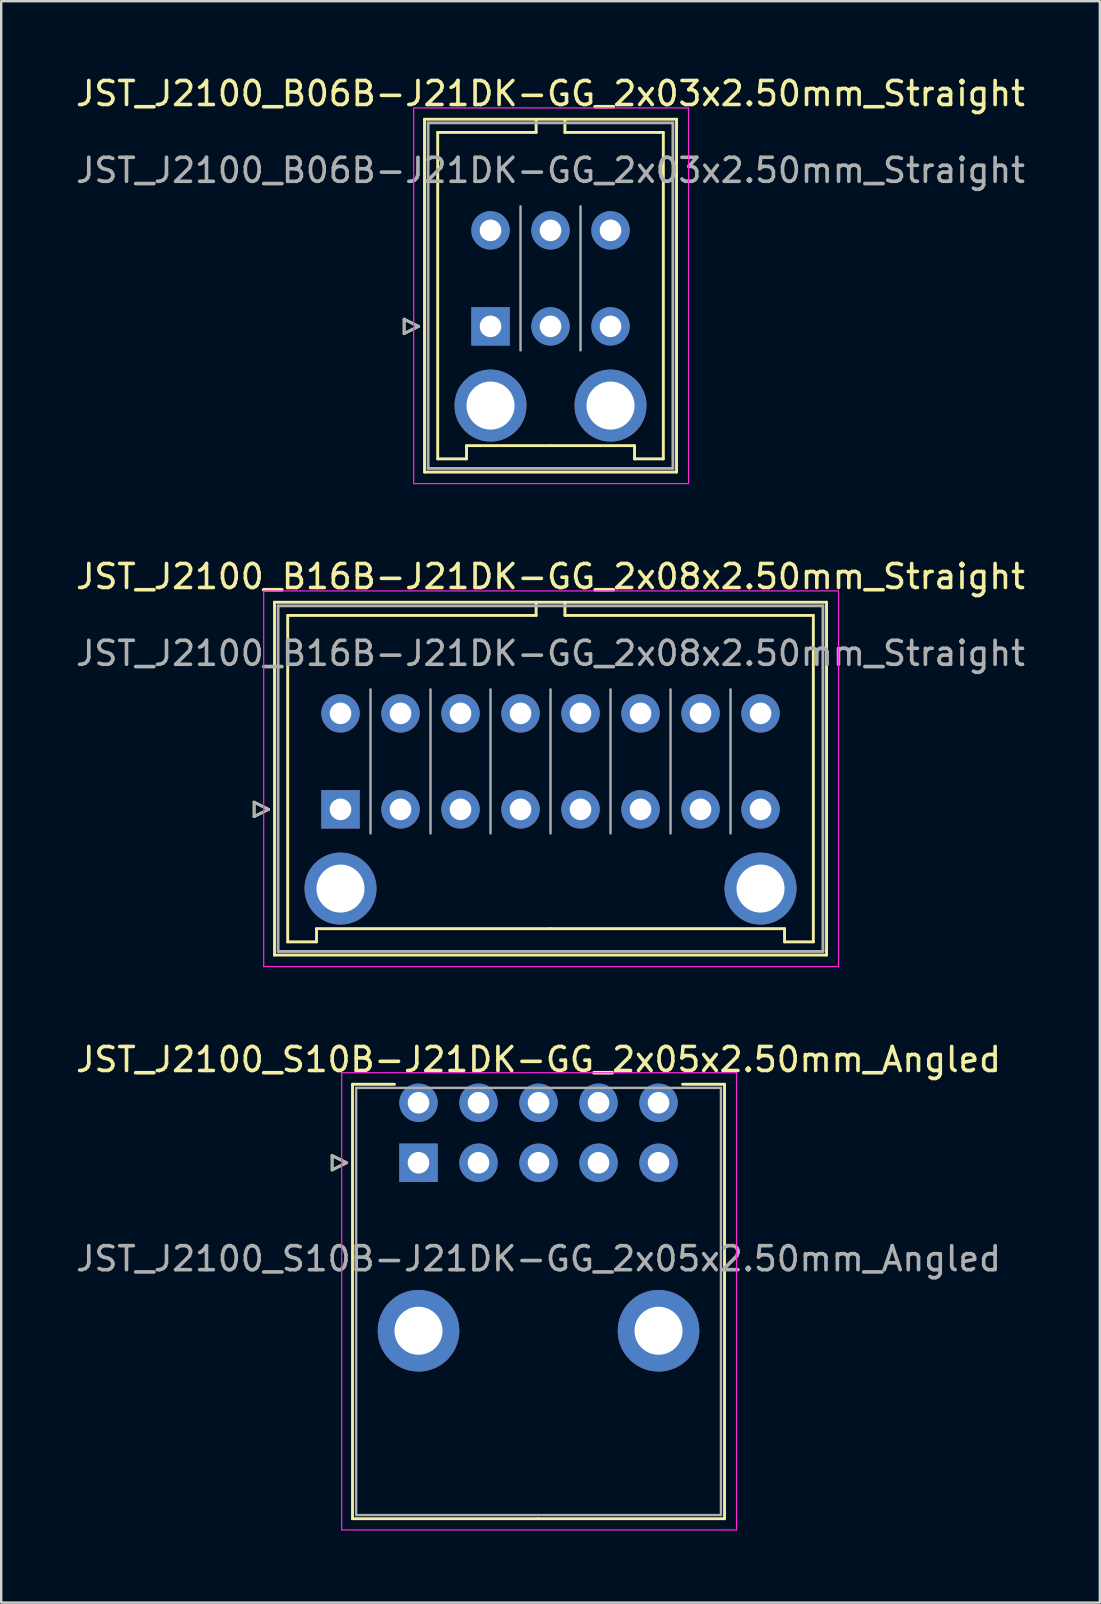
<source format=kicad_pcb>
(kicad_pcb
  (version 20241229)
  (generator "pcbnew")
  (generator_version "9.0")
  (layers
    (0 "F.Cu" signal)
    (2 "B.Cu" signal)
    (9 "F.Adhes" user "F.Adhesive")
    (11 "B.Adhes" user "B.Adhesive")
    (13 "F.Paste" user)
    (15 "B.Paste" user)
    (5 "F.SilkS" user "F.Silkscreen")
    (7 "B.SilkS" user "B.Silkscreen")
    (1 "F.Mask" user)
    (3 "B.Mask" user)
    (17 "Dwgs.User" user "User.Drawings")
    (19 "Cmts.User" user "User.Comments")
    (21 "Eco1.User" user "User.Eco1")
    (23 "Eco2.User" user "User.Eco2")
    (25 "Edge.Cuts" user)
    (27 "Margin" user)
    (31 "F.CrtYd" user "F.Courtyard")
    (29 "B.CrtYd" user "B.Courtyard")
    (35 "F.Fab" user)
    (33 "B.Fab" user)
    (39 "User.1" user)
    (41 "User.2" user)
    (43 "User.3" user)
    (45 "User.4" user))
  (footprint "JST_J2100_S10B-J21DK-GG_2x05x2.50mm_Angled"
    (layer "F.Cu")
    (at 14.387 45.395)
    (property "Reference" "JST_J2100_S10B-J21DK-GG_2x05x2.50mm_Angled" (at 5 -4.3 0) (layer "F.SilkS") (effects (font (size 1 1) (thickness 0.15))))
    (attr through_hole)
    (fp_line (start -3.6 -0.3) (end -3 0) (stroke (width 0.12) (type solid)) (layer "F.SilkS"))
    (fp_line (start -3.6 0.3) (end -3.6 -0.3) (stroke (width 0.12) (type solid)) (layer "F.SilkS"))
    (fp_line (start -3 0) (end -3.6 0.3) (stroke (width 0.12) (type solid)) (layer "F.SilkS"))
    (fp_line (start -2.75 -3.27) (end -2.75 14.83) (stroke (width 0.12) (type solid)) (layer "F.SilkS"))
    (fp_line (start -2.75 14.83) (end 5 14.83) (stroke (width 0.12) (type solid)) (layer "F.SilkS"))
    (fp_line (start -1 -3.27) (end -2.75 -3.27) (stroke (width 0.12) (type solid)) (layer "F.SilkS"))
    (fp_line (start 11 -3.27) (end 12.75 -3.27) (stroke (width 0.12) (type solid)) (layer "F.SilkS"))
    (fp_line (start 12.75 -3.27) (end 12.75 14.83) (stroke (width 0.12) (type solid)) (layer "F.SilkS"))
    (fp_line (start 12.75 14.83) (end 5 14.83) (stroke (width 0.12) (type solid)) (layer "F.SilkS"))
    (fp_line (start -3.2 -3.75) (end -3.2 15.3) (stroke (width 0.05) (type solid)) (layer "F.CrtYd"))
    (fp_line (start -3.2 15.3) (end 13.25 15.3) (stroke (width 0.05) (type solid)) (layer "F.CrtYd"))
    (fp_line (start 13.25 -3.75) (end -3.2 -3.75) (stroke (width 0.05) (type solid)) (layer "F.CrtYd"))
    (fp_line (start 13.25 15.3) (end 13.25 -3.75) (stroke (width 0.05) (type solid)) (layer "F.CrtYd"))
    (fp_line (start -3.6 -0.3) (end -3 0) (stroke (width 0.1) (type solid)) (layer "F.Fab"))
    (fp_line (start -3.6 0.3) (end -3.6 -0.3) (stroke (width 0.1) (type solid)) (layer "F.Fab"))
    (fp_line (start -3 0) (end -3.6 0.3) (stroke (width 0.1) (type solid)) (layer "F.Fab"))
    (fp_line (start -2.6 -3.12) (end -2.6 14.68) (stroke (width 0.1) (type solid)) (layer "F.Fab"))
    (fp_line (start -2.6 14.68) (end 12.6 14.68) (stroke (width 0.1) (type solid)) (layer "F.Fab"))
    (fp_line (start 12.6 -3.12) (end -2.6 -3.12) (stroke (width 0.1) (type solid)) (layer "F.Fab"))
    (fp_line (start 12.6 14.68) (end 12.6 -3.12) (stroke (width 0.1) (type solid)) (layer "F.Fab"))
    (fp_text user "${REFERENCE}" (at 5 4 0) (layer "F.Fab") (effects (font (size 1 1) (thickness 0.15))))
    (pad "" thru_hole circle (at 0 7) (size 3.4 3.4) (drill 2) (layers "*.Cu" "*.Mask"))
    (pad "" thru_hole circle (at 10 7) (size 3.4 3.4) (drill 2) (layers "*.Cu" "*.Mask"))
    (pad "1" thru_hole rect (at 0 0) (size 1.6 1.6) (drill 0.9) (layers "*.Cu" "*.Mask"))
    (pad "2" thru_hole circle (at 0 -2.5) (size 1.6 1.6) (drill 0.9) (layers "*.Cu" "*.Mask"))
    (pad "3" thru_hole circle (at 2.5 0) (size 1.6 1.6) (drill 0.9) (layers "*.Cu" "*.Mask"))
    (pad "4" thru_hole circle (at 2.5 -2.5) (size 1.6 1.6) (drill 0.9) (layers "*.Cu" "*.Mask"))
    (pad "5" thru_hole circle (at 5 0) (size 1.6 1.6) (drill 0.9) (layers "*.Cu" "*.Mask"))
    (pad "6" thru_hole circle (at 5 -2.5) (size 1.6 1.6) (drill 0.9) (layers "*.Cu" "*.Mask"))
    (pad "7" thru_hole circle (at 7.5 0) (size 1.6 1.6) (drill 0.9) (layers "*.Cu" "*.Mask"))
    (pad "8" thru_hole circle (at 7.5 -2.5) (size 1.6 1.6) (drill 0.9) (layers "*.Cu" "*.Mask"))
    (pad "9" thru_hole circle (at 10 0) (size 1.6 1.6) (drill 0.9) (layers "*.Cu" "*.Mask"))
    (pad "10" thru_hole circle (at 10 -2.5) (size 1.6 1.6) (drill 0.9) (layers "*.Cu" "*.Mask")))
  (footprint "JST_J2100_B16B-J21DK-GG_2x08x2.50mm_Straight"
    (layer "F.Cu")
    (at 11.137 30.672)
    (property "Reference" "JST_J2100_B16B-J21DK-GG_2x08x2.50mm_Straight" (at 8.75 -9.7 0) (layer "F.SilkS") (effects (font (size 1 1) (thickness 0.15))))
    (attr through_hole)
    (fp_line (start -3.6 -0.3) (end -3 0) (stroke (width 0.12) (type solid)) (layer "F.SilkS"))
    (fp_line (start -3.6 0.3) (end -3.6 -0.3) (stroke (width 0.12) (type solid)) (layer "F.SilkS"))
    (fp_line (start -3 0) (end -3.6 0.3) (stroke (width 0.12) (type solid)) (layer "F.SilkS"))
    (fp_line (start -2.75 -8.63) (end -2.75 6.07) (stroke (width 0.12) (type solid)) (layer "F.SilkS"))
    (fp_line (start -2.75 6.07) (end 20.25 6.07) (stroke (width 0.12) (type solid)) (layer "F.SilkS"))
    (fp_line (start -2.2 -8.08) (end -2.2 5.52) (stroke (width 0.12) (type solid)) (layer "F.SilkS"))
    (fp_line (start -2.2 5.52) (end -1 5.52) (stroke (width 0.12) (type solid)) (layer "F.SilkS"))
    (fp_line (start -1 4.97) (end 8.75 4.97) (stroke (width 0.12) (type solid)) (layer "F.SilkS"))
    (fp_line (start -1 5.52) (end -1 4.97) (stroke (width 0.12) (type solid)) (layer "F.SilkS"))
    (fp_line (start 8.15 -8.63) (end 8.15 -8.08) (stroke (width 0.12) (type solid)) (layer "F.SilkS"))
    (fp_line (start 8.15 -8.08) (end -2.2 -8.08) (stroke (width 0.12) (type solid)) (layer "F.SilkS"))
    (fp_line (start 9.35 -8.63) (end 9.35 -8.08) (stroke (width 0.12) (type solid)) (layer "F.SilkS"))
    (fp_line (start 9.35 -8.08) (end 19.7 -8.08) (stroke (width 0.12) (type solid)) (layer "F.SilkS"))
    (fp_line (start 18.5 4.97) (end 8.75 4.97) (stroke (width 0.12) (type solid)) (layer "F.SilkS"))
    (fp_line (start 18.5 5.52) (end 18.5 4.97) (stroke (width 0.12) (type solid)) (layer "F.SilkS"))
    (fp_line (start 19.7 -8.08) (end 19.7 5.52) (stroke (width 0.12) (type solid)) (layer "F.SilkS"))
    (fp_line (start 19.7 5.52) (end 18.5 5.52) (stroke (width 0.12) (type solid)) (layer "F.SilkS"))
    (fp_line (start 20.25 -8.63) (end -2.75 -8.63) (stroke (width 0.12) (type solid)) (layer "F.SilkS"))
    (fp_line (start 20.25 6.07) (end 20.25 -8.63) (stroke (width 0.12) (type solid)) (layer "F.SilkS"))
    (fp_line (start -3.2 -9.1) (end -3.2 6.55) (stroke (width 0.05) (type solid)) (layer "F.CrtYd"))
    (fp_line (start -3.2 6.55) (end 20.75 6.55) (stroke (width 0.05) (type solid)) (layer "F.CrtYd"))
    (fp_line (start 20.75 -9.1) (end -3.2 -9.1) (stroke (width 0.05) (type solid)) (layer "F.CrtYd"))
    (fp_line (start 20.75 6.55) (end 20.75 -9.1) (stroke (width 0.05) (type solid)) (layer "F.CrtYd"))
    (fp_line (start -3.6 -0.3) (end -3 0) (stroke (width 0.1) (type solid)) (layer "F.Fab"))
    (fp_line (start -3.6 0.3) (end -3.6 -0.3) (stroke (width 0.1) (type solid)) (layer "F.Fab"))
    (fp_line (start -3 0) (end -3.6 0.3) (stroke (width 0.1) (type solid)) (layer "F.Fab"))
    (fp_line (start -2.6 -8.48) (end -2.6 5.92) (stroke (width 0.12) (type solid)) (layer "F.Fab"))
    (fp_line (start -2.6 5.92) (end 20.1 5.92) (stroke (width 0.12) (type solid)) (layer "F.Fab"))
    (fp_line (start 1.25 1) (end 1.25 -5) (stroke (width 0.1) (type solid)) (layer "F.Fab"))
    (fp_line (start 3.75 1) (end 3.75 -5) (stroke (width 0.1) (type solid)) (layer "F.Fab"))
    (fp_line (start 6.25 1) (end 6.25 -5) (stroke (width 0.1) (type solid)) (layer "F.Fab"))
    (fp_line (start 8.75 1) (end 8.75 -5) (stroke (width 0.1) (type solid)) (layer "F.Fab"))
    (fp_line (start 11.25 1) (end 11.25 -5) (stroke (width 0.1) (type solid)) (layer "F.Fab"))
    (fp_line (start 13.75 1) (end 13.75 -5) (stroke (width 0.1) (type solid)) (layer "F.Fab"))
    (fp_line (start 16.25 1) (end 16.25 -5) (stroke (width 0.1) (type solid)) (layer "F.Fab"))
    (fp_line (start 20.1 -8.48) (end -2.6 -8.48) (stroke (width 0.12) (type solid)) (layer "F.Fab"))
    (fp_line (start 20.1 5.92) (end 20.1 -8.48) (stroke (width 0.12) (type solid)) (layer "F.Fab"))
    (fp_text user "${REFERENCE}" (at 8.75 -6.5 0) (layer "F.Fab") (effects (font (size 1 1) (thickness 0.15))))
    (pad "" thru_hole circle (at 0 3.3) (size 3 3) (drill 2) (layers "*.Cu" "*.Mask"))
    (pad "" thru_hole circle (at 17.5 3.3) (size 3 3) (drill 2) (layers "*.Cu" "*.Mask"))
    (pad "1" thru_hole rect (at 0 0) (size 1.6 1.6) (drill 0.9) (layers "*.Cu" "*.Mask"))
    (pad "2" thru_hole circle (at 0 -4) (size 1.6 1.6) (drill 0.9) (layers "*.Cu" "*.Mask"))
    (pad "3" thru_hole circle (at 2.5 0) (size 1.6 1.6) (drill 0.9) (layers "*.Cu" "*.Mask"))
    (pad "4" thru_hole circle (at 2.5 -4) (size 1.6 1.6) (drill 0.9) (layers "*.Cu" "*.Mask"))
    (pad "5" thru_hole circle (at 5 0) (size 1.6 1.6) (drill 0.9) (layers "*.Cu" "*.Mask"))
    (pad "6" thru_hole circle (at 5 -4) (size 1.6 1.6) (drill 0.9) (layers "*.Cu" "*.Mask"))
    (pad "7" thru_hole circle (at 7.5 0) (size 1.6 1.6) (drill 0.9) (layers "*.Cu" "*.Mask"))
    (pad "8" thru_hole circle (at 7.5 -4) (size 1.6 1.6) (drill 0.9) (layers "*.Cu" "*.Mask"))
    (pad "9" thru_hole circle (at 10 0) (size 1.6 1.6) (drill 0.9) (layers "*.Cu" "*.Mask"))
    (pad "10" thru_hole circle (at 10 -4) (size 1.6 1.6) (drill 0.9) (layers "*.Cu" "*.Mask"))
    (pad "11" thru_hole circle (at 12.5 0) (size 1.6 1.6) (drill 0.9) (layers "*.Cu" "*.Mask"))
    (pad "12" thru_hole circle (at 12.5 -4) (size 1.6 1.6) (drill 0.9) (layers "*.Cu" "*.Mask"))
    (pad "13" thru_hole circle (at 15 0) (size 1.6 1.6) (drill 0.9) (layers "*.Cu" "*.Mask"))
    (pad "14" thru_hole circle (at 15 -4) (size 1.6 1.6) (drill 0.9) (layers "*.Cu" "*.Mask"))
    (pad "15" thru_hole circle (at 17.5 0) (size 1.6 1.6) (drill 0.9) (layers "*.Cu" "*.Mask"))
    (pad "16" thru_hole circle (at 17.5 -4) (size 1.6 1.6) (drill 0.9) (layers "*.Cu" "*.Mask")))
  (footprint "JST_J2100_B06B-J21DK-GG_2x03x2.50mm_Straight"
    (layer "F.Cu")
    (at 17.387 10.548)
    (property "Reference" "JST_J2100_B06B-J21DK-GG_2x03x2.50mm_Straight" (at 2.5 -9.7 0) (layer "F.SilkS") (effects (font (size 1 1) (thickness 0.15))))
    (attr through_hole)
    (fp_line (start -3.6 -0.3) (end -3 0) (stroke (width 0.12) (type solid)) (layer "F.SilkS"))
    (fp_line (start -3.6 0.3) (end -3.6 -0.3) (stroke (width 0.12) (type solid)) (layer "F.SilkS"))
    (fp_line (start -3 0) (end -3.6 0.3) (stroke (width 0.12) (type solid)) (layer "F.SilkS"))
    (fp_line (start -2.75 -8.63) (end -2.75 6.07) (stroke (width 0.12) (type solid)) (layer "F.SilkS"))
    (fp_line (start -2.75 6.07) (end 7.75 6.07) (stroke (width 0.12) (type solid)) (layer "F.SilkS"))
    (fp_line (start -2.2 -8.08) (end -2.2 5.52) (stroke (width 0.12) (type solid)) (layer "F.SilkS"))
    (fp_line (start -2.2 5.52) (end -1 5.52) (stroke (width 0.12) (type solid)) (layer "F.SilkS"))
    (fp_line (start -1 4.97) (end 2.5 4.97) (stroke (width 0.12) (type solid)) (layer "F.SilkS"))
    (fp_line (start -1 5.52) (end -1 4.97) (stroke (width 0.12) (type solid)) (layer "F.SilkS"))
    (fp_line (start 1.9 -8.63) (end 1.9 -8.08) (stroke (width 0.12) (type solid)) (layer "F.SilkS"))
    (fp_line (start 1.9 -8.08) (end -2.2 -8.08) (stroke (width 0.12) (type solid)) (layer "F.SilkS"))
    (fp_line (start 3.1 -8.63) (end 3.1 -8.08) (stroke (width 0.12) (type solid)) (layer "F.SilkS"))
    (fp_line (start 3.1 -8.08) (end 7.2 -8.08) (stroke (width 0.12) (type solid)) (layer "F.SilkS"))
    (fp_line (start 6 4.97) (end 2.5 4.97) (stroke (width 0.12) (type solid)) (layer "F.SilkS"))
    (fp_line (start 6 5.52) (end 6 4.97) (stroke (width 0.12) (type solid)) (layer "F.SilkS"))
    (fp_line (start 7.2 -8.08) (end 7.2 5.52) (stroke (width 0.12) (type solid)) (layer "F.SilkS"))
    (fp_line (start 7.2 5.52) (end 6 5.52) (stroke (width 0.12) (type solid)) (layer "F.SilkS"))
    (fp_line (start 7.75 -8.63) (end -2.75 -8.63) (stroke (width 0.12) (type solid)) (layer "F.SilkS"))
    (fp_line (start 7.75 6.07) (end 7.75 -8.63) (stroke (width 0.12) (type solid)) (layer "F.SilkS"))
    (fp_line (start -3.2 -9.1) (end -3.2 6.55) (stroke (width 0.05) (type solid)) (layer "F.CrtYd"))
    (fp_line (start -3.2 6.55) (end 8.25 6.55) (stroke (width 0.05) (type solid)) (layer "F.CrtYd"))
    (fp_line (start 8.25 -9.1) (end -3.2 -9.1) (stroke (width 0.05) (type solid)) (layer "F.CrtYd"))
    (fp_line (start 8.25 6.55) (end 8.25 -9.1) (stroke (width 0.05) (type solid)) (layer "F.CrtYd"))
    (fp_line (start -3.6 -0.3) (end -3 0) (stroke (width 0.1) (type solid)) (layer "F.Fab"))
    (fp_line (start -3.6 0.3) (end -3.6 -0.3) (stroke (width 0.1) (type solid)) (layer "F.Fab"))
    (fp_line (start -3 0) (end -3.6 0.3) (stroke (width 0.1) (type solid)) (layer "F.Fab"))
    (fp_line (start -2.6 -8.48) (end -2.6 5.92) (stroke (width 0.12) (type solid)) (layer "F.Fab"))
    (fp_line (start -2.6 5.92) (end 7.6 5.92) (stroke (width 0.12) (type solid)) (layer "F.Fab"))
    (fp_line (start 1.25 1) (end 1.25 -5) (stroke (width 0.1) (type solid)) (layer "F.Fab"))
    (fp_line (start 3.75 1) (end 3.75 -5) (stroke (width 0.1) (type solid)) (layer "F.Fab"))
    (fp_line (start 7.6 -8.48) (end -2.6 -8.48) (stroke (width 0.12) (type solid)) (layer "F.Fab"))
    (fp_line (start 7.6 5.92) (end 7.6 -8.48) (stroke (width 0.12) (type solid)) (layer "F.Fab"))
    (fp_text user "${REFERENCE}" (at 2.5 -6.5 0) (layer "F.Fab") (effects (font (size 1 1) (thickness 0.15))))
    (pad "" thru_hole circle (at 0 3.3) (size 3 3) (drill 2) (layers "*.Cu" "*.Mask"))
    (pad "" thru_hole circle (at 5 3.3) (size 3 3) (drill 2) (layers "*.Cu" "*.Mask"))
    (pad "1" thru_hole rect (at 0 0) (size 1.6 1.6) (drill 0.9) (layers "*.Cu" "*.Mask"))
    (pad "2" thru_hole circle (at 0 -4) (size 1.6 1.6) (drill 0.9) (layers "*.Cu" "*.Mask"))
    (pad "3" thru_hole circle (at 2.5 0) (size 1.6 1.6) (drill 0.9) (layers "*.Cu" "*.Mask"))
    (pad "4" thru_hole circle (at 2.5 -4) (size 1.6 1.6) (drill 0.9) (layers "*.Cu" "*.Mask"))
    (pad "5" thru_hole circle (at 5 0) (size 1.6 1.6) (drill 0.9) (layers "*.Cu" "*.Mask"))
    (pad "6" thru_hole circle (at 5 -4) (size 1.6 1.6) (drill 0.9) (layers "*.Cu" "*.Mask")))
  (gr_rect
    (start -3 -3)
    (end 42.774 63.72)
    (stroke (width 0.1) (type default))
    (fill no)
    (layer "Edge.Cuts")))
</source>
